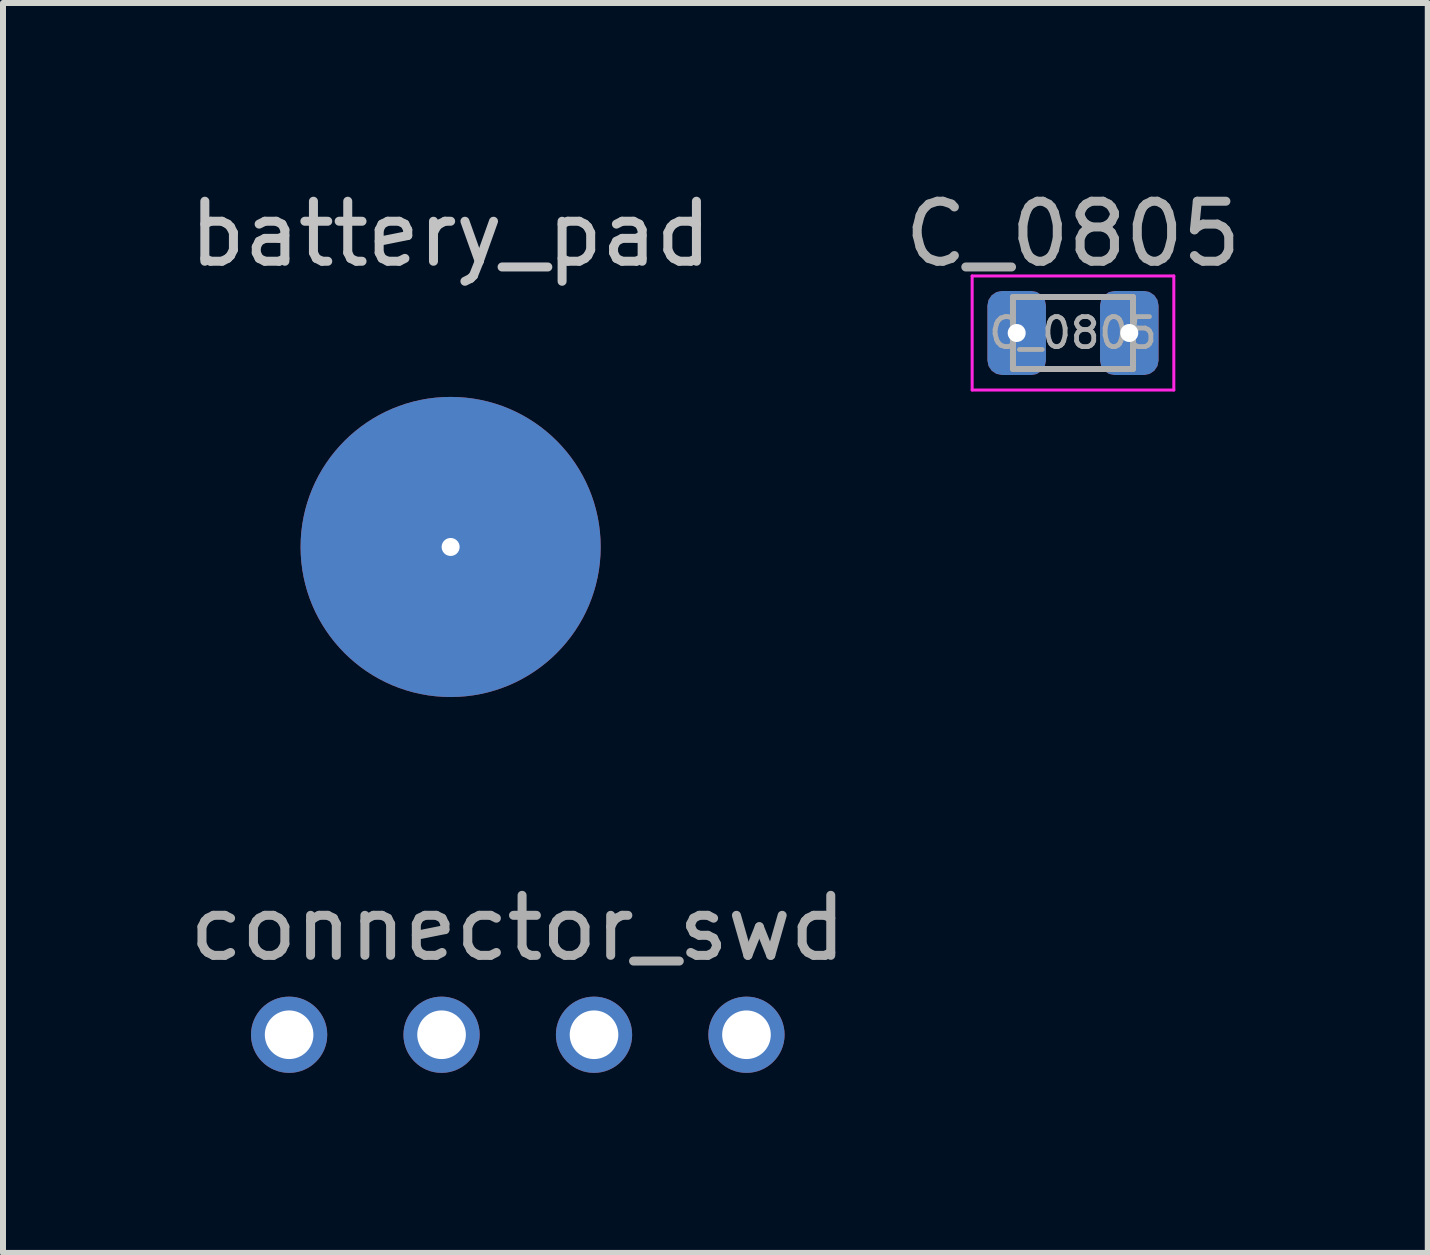
<source format=kicad_pcb>
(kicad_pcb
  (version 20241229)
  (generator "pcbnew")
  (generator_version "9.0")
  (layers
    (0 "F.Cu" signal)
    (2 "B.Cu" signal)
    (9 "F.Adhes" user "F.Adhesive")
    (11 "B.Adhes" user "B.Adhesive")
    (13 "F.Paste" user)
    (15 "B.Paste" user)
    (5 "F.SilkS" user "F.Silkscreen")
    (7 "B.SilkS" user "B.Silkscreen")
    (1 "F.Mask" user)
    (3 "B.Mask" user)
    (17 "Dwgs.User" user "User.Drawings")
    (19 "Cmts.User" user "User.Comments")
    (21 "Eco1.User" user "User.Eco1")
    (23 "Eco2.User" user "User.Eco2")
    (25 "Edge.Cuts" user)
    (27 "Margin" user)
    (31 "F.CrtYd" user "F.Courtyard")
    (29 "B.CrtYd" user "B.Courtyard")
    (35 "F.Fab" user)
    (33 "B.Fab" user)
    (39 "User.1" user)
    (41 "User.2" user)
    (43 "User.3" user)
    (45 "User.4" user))
  (footprint "C_0805"
    (layer "F.Cu")
    (at 14.827 2.498)
    (property "Reference" "C_0805" (at 0 -1.65 0) (layer "F.Fab") (effects (font (size 1 1) (thickness 0.15))))
    (attr smd)
    (fp_line (start -1.68 -0.95) (end 1.68 -0.95) (stroke (width 0.05) (type solid)) (layer "F.CrtYd"))
    (fp_line (start -1.68 0.95) (end -1.68 -0.95) (stroke (width 0.05) (type solid)) (layer "F.CrtYd"))
    (fp_line (start 1.68 -0.95) (end 1.68 0.95) (stroke (width 0.05) (type solid)) (layer "F.CrtYd"))
    (fp_line (start 1.68 0.95) (end -1.68 0.95) (stroke (width 0.05) (type solid)) (layer "F.CrtYd"))
    (fp_line (start -1 -0.6) (end 1 -0.6) (stroke (width 0.1) (type solid)) (layer "F.Fab"))
    (fp_line (start -1 0.6) (end -1 -0.6) (stroke (width 0.1) (type solid)) (layer "F.Fab"))
    (fp_line (start 1 -0.6) (end 1 0.6) (stroke (width 0.1) (type solid)) (layer "F.Fab"))
    (fp_line (start 1 0.6) (end -1 0.6) (stroke (width 0.1) (type solid)) (layer "F.Fab"))
    (fp_text user "${REFERENCE}" (at 0 0 0) (layer "F.Fab") (effects (font (size 0.5 0.5) (thickness 0.08))))
    (pad "1" thru_hole roundrect (at -0.938 0) (size 0.975 1.4) (drill 0.3) (layers "*.Cu" "*.Mask") (roundrect_rratio 0.25))
    (pad "2" thru_hole roundrect (at 0.938 0) (size 0.975 1.4) (drill 0.3) (layers "*.Cu" "*.Mask") (roundrect_rratio 0.25)))
  (footprint "connector_swd"
    (layer "F.Cu")
    (at 5.577 14.19)
    (property "Reference" "connector_swd" (at 0 -1.778 0) (layer "F.Fab") (effects (font (size 1 1) (thickness 0.15))))
    (attr through_hole)
    (pad "1" thru_hole circle (at -3.81 0) (size 1.27 1.27) (drill 0.81) (layers "*.Cu" "*.Mask"))
    (pad "2" thru_hole circle (at -1.27 0) (size 1.27 1.27) (drill 0.81) (layers "*.Cu" "*.Mask"))
    (pad "3" thru_hole circle (at 1.27 0) (size 1.27 1.27) (drill 0.81) (layers "*.Cu" "*.Mask"))
    (pad "4" thru_hole circle (at 3.81 0) (size 1.27 1.27) (drill 0.81) (layers "*.Cu" "*.Mask")))
  (footprint "battery_pad"
    (layer "F.Cu")
    (at 4.458 6.063)
    (property "Reference" "battery_pad" (at 0 -5.215 0) (layer "Dwgs.User") (effects (font (size 1 1) (thickness 0.15))))
    (attr through_hole)
    (pad "1" thru_hole oval (at 0 0) (size 5 5) (drill 0.3) (layers "*.Cu" "*.Mask")))
  (gr_rect
    (start -3 -3)
    (end 20.738 17.825)
    (stroke (width 0.1) (type default))
    (fill no)
    (layer "Edge.Cuts")))
</source>
